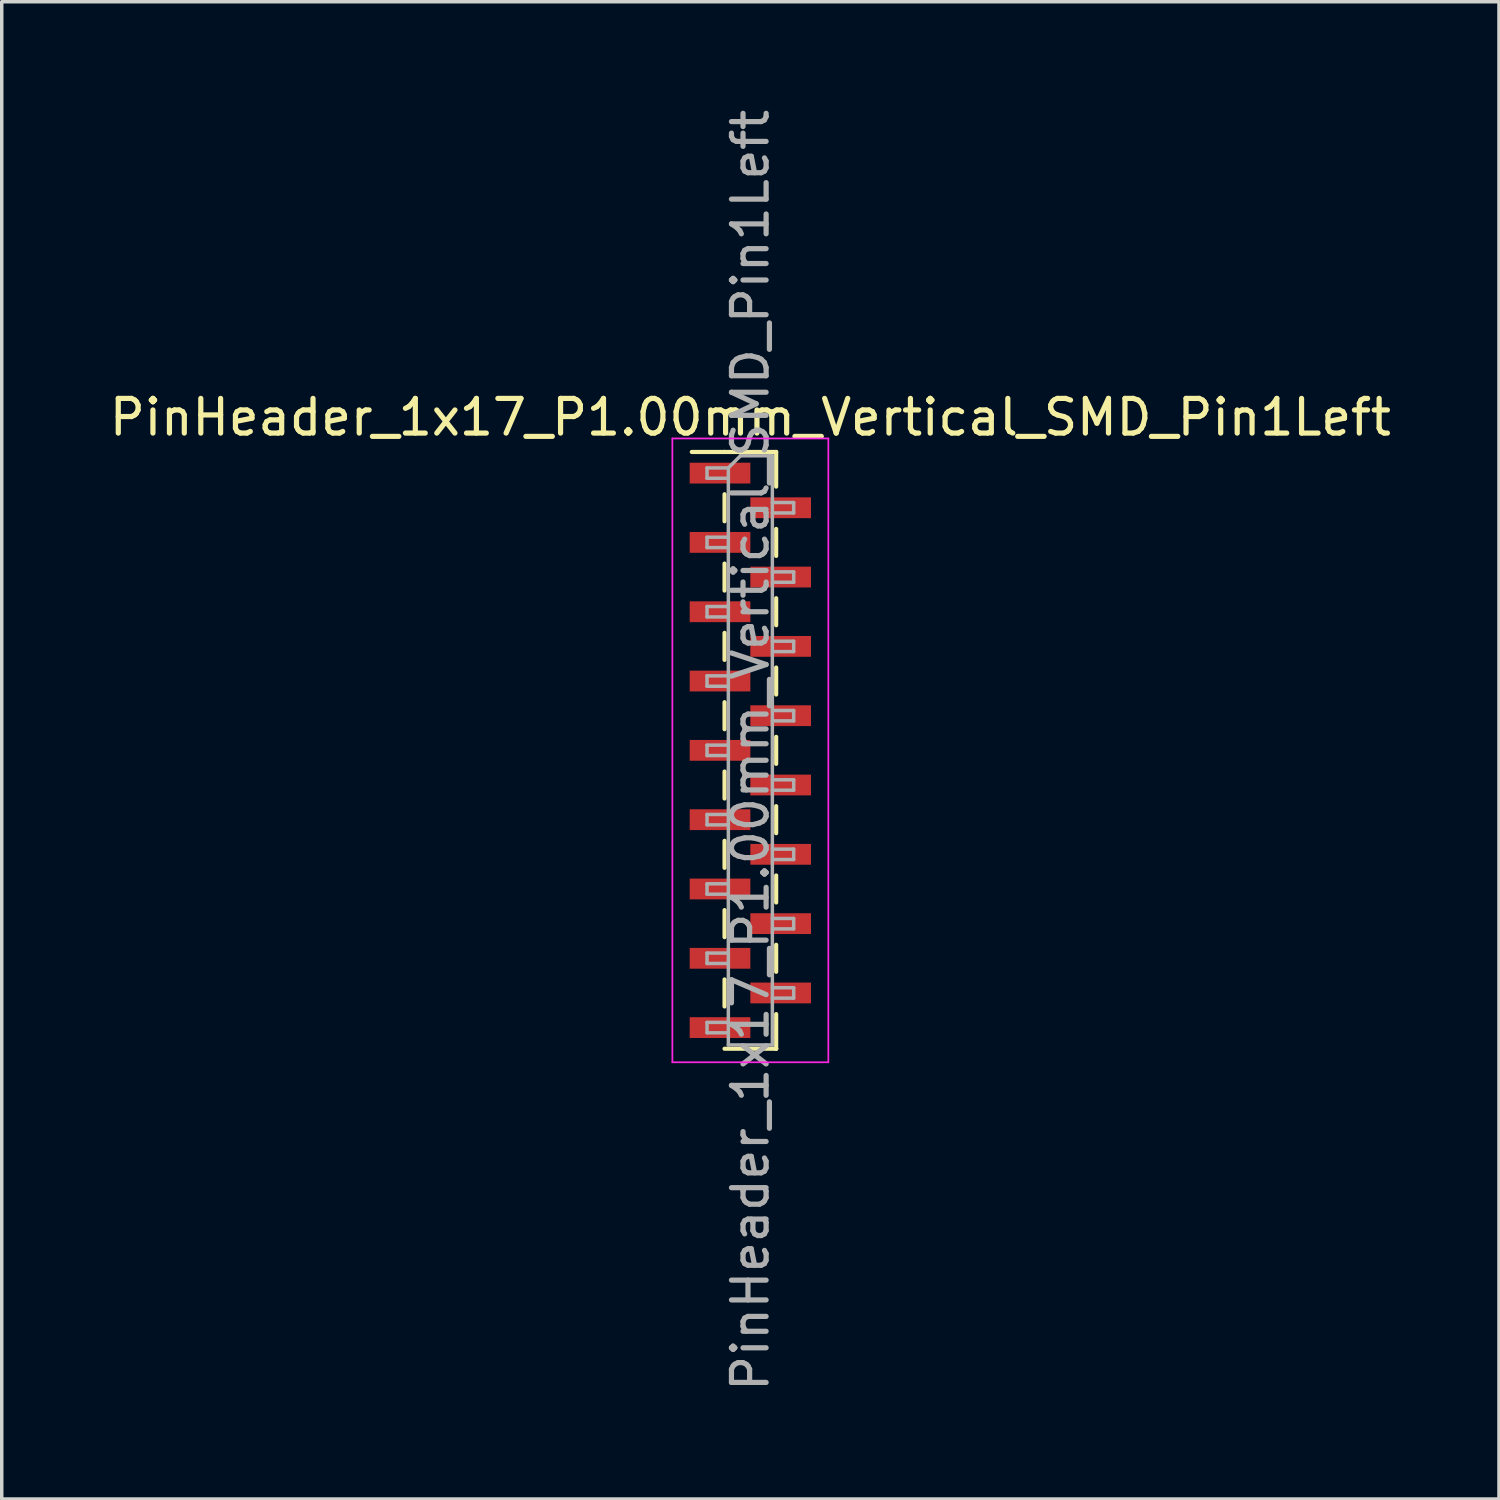
<source format=kicad_pcb>
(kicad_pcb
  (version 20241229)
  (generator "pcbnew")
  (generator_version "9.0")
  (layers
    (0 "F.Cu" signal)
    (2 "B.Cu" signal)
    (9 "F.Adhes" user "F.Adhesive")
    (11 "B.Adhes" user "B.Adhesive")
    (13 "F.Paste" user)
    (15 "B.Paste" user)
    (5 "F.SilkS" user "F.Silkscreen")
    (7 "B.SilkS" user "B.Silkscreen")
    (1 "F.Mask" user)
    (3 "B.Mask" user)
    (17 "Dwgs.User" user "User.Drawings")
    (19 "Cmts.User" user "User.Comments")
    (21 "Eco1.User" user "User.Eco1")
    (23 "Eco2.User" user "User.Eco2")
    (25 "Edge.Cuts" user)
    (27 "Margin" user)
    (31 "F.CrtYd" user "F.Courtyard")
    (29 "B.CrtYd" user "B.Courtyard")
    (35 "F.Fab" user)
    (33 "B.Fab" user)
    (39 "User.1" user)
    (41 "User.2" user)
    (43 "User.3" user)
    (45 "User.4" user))
  (footprint "PinHeader_1x17_P1.00mm_Vertical_SMD_Pin1Left"
    (layer "F.Cu")
    (at 18.601 18.601)
    (property "Reference" "PinHeader_1x17_P1.00mm_Vertical_SMD_Pin1Left" (at 0 -9.61 0) (layer "F.SilkS") (effects (font (size 1 1) (thickness 0.15))))
    (attr smd)
    (fp_line (start -0.745 -8.61) (end -1.69 -8.61) (stroke (width 0.12) (type solid)) (layer "F.SilkS"))
    (fp_line (start -0.745 -8.61) (end -0.745 -8.61) (stroke (width 0.12) (type solid)) (layer "F.SilkS"))
    (fp_line (start -0.745 -8.61) (end 0.745 -8.61) (stroke (width 0.12) (type solid)) (layer "F.SilkS"))
    (fp_line (start -0.745 -7.39) (end -0.745 -6.61) (stroke (width 0.12) (type solid)) (layer "F.SilkS"))
    (fp_line (start -0.745 -5.39) (end -0.745 -4.61) (stroke (width 0.12) (type solid)) (layer "F.SilkS"))
    (fp_line (start -0.745 -3.39) (end -0.745 -2.61) (stroke (width 0.12) (type solid)) (layer "F.SilkS"))
    (fp_line (start -0.745 -1.39) (end -0.745 -0.61) (stroke (width 0.12) (type solid)) (layer "F.SilkS"))
    (fp_line (start -0.745 0.61) (end -0.745 1.39) (stroke (width 0.12) (type solid)) (layer "F.SilkS"))
    (fp_line (start -0.745 2.61) (end -0.745 3.39) (stroke (width 0.12) (type solid)) (layer "F.SilkS"))
    (fp_line (start -0.745 4.61) (end -0.745 5.39) (stroke (width 0.12) (type solid)) (layer "F.SilkS"))
    (fp_line (start -0.745 6.61) (end -0.745 7.39) (stroke (width 0.12) (type solid)) (layer "F.SilkS"))
    (fp_line (start -0.745 8.61) (end 0.745 8.61) (stroke (width 0.12) (type solid)) (layer "F.SilkS"))
    (fp_line (start 0.745 -8.61) (end 0.745 -7.61) (stroke (width 0.12) (type solid)) (layer "F.SilkS"))
    (fp_line (start 0.745 -6.39) (end 0.745 -5.61) (stroke (width 0.12) (type solid)) (layer "F.SilkS"))
    (fp_line (start 0.745 -4.39) (end 0.745 -3.61) (stroke (width 0.12) (type solid)) (layer "F.SilkS"))
    (fp_line (start 0.745 -2.39) (end 0.745 -1.61) (stroke (width 0.12) (type solid)) (layer "F.SilkS"))
    (fp_line (start 0.745 -0.39) (end 0.745 0.39) (stroke (width 0.12) (type solid)) (layer "F.SilkS"))
    (fp_line (start 0.745 1.61) (end 0.745 2.39) (stroke (width 0.12) (type solid)) (layer "F.SilkS"))
    (fp_line (start 0.745 3.61) (end 0.745 4.39) (stroke (width 0.12) (type solid)) (layer "F.SilkS"))
    (fp_line (start 0.745 5.61) (end 0.745 6.39) (stroke (width 0.12) (type solid)) (layer "F.SilkS"))
    (fp_line (start 0.745 7.61) (end 0.745 8.61) (stroke (width 0.12) (type solid)) (layer "F.SilkS"))
    (fp_line (start 0.745 8.61) (end 0.745 8.61) (stroke (width 0.12) (type solid)) (layer "F.SilkS"))
    (fp_line (start -2.25 -9) (end -2.25 9) (stroke (width 0.05) (type solid)) (layer "F.CrtYd"))
    (fp_line (start -2.25 9) (end 2.25 9) (stroke (width 0.05) (type solid)) (layer "F.CrtYd"))
    (fp_line (start 2.25 -9) (end -2.25 -9) (stroke (width 0.05) (type solid)) (layer "F.CrtYd"))
    (fp_line (start 2.25 9) (end 2.25 -9) (stroke (width 0.05) (type solid)) (layer "F.CrtYd"))
    (fp_line (start -1.25 -8.15) (end -1.25 -7.85) (stroke (width 0.1) (type solid)) (layer "F.Fab"))
    (fp_line (start -1.25 -7.85) (end -0.635 -7.85) (stroke (width 0.1) (type solid)) (layer "F.Fab"))
    (fp_line (start -1.25 -6.15) (end -1.25 -5.85) (stroke (width 0.1) (type solid)) (layer "F.Fab"))
    (fp_line (start -1.25 -5.85) (end -0.635 -5.85) (stroke (width 0.1) (type solid)) (layer "F.Fab"))
    (fp_line (start -1.25 -4.15) (end -1.25 -3.85) (stroke (width 0.1) (type solid)) (layer "F.Fab"))
    (fp_line (start -1.25 -3.85) (end -0.635 -3.85) (stroke (width 0.1) (type solid)) (layer "F.Fab"))
    (fp_line (start -1.25 -2.15) (end -1.25 -1.85) (stroke (width 0.1) (type solid)) (layer "F.Fab"))
    (fp_line (start -1.25 -1.85) (end -0.635 -1.85) (stroke (width 0.1) (type solid)) (layer "F.Fab"))
    (fp_line (start -1.25 -0.15) (end -1.25 0.15) (stroke (width 0.1) (type solid)) (layer "F.Fab"))
    (fp_line (start -1.25 0.15) (end -0.635 0.15) (stroke (width 0.1) (type solid)) (layer "F.Fab"))
    (fp_line (start -1.25 1.85) (end -1.25 2.15) (stroke (width 0.1) (type solid)) (layer "F.Fab"))
    (fp_line (start -1.25 2.15) (end -0.635 2.15) (stroke (width 0.1) (type solid)) (layer "F.Fab"))
    (fp_line (start -1.25 3.85) (end -1.25 4.15) (stroke (width 0.1) (type solid)) (layer "F.Fab"))
    (fp_line (start -1.25 4.15) (end -0.635 4.15) (stroke (width 0.1) (type solid)) (layer "F.Fab"))
    (fp_line (start -1.25 5.85) (end -1.25 6.15) (stroke (width 0.1) (type solid)) (layer "F.Fab"))
    (fp_line (start -1.25 6.15) (end -0.635 6.15) (stroke (width 0.1) (type solid)) (layer "F.Fab"))
    (fp_line (start -1.25 7.85) (end -1.25 8.15) (stroke (width 0.1) (type solid)) (layer "F.Fab"))
    (fp_line (start -1.25 8.15) (end -0.635 8.15) (stroke (width 0.1) (type solid)) (layer "F.Fab"))
    (fp_line (start -0.635 -8.15) (end -1.25 -8.15) (stroke (width 0.1) (type solid)) (layer "F.Fab"))
    (fp_line (start -0.635 -8.15) (end -0.285 -8.5) (stroke (width 0.1) (type solid)) (layer "F.Fab"))
    (fp_line (start -0.635 -6.15) (end -1.25 -6.15) (stroke (width 0.1) (type solid)) (layer "F.Fab"))
    (fp_line (start -0.635 -4.15) (end -1.25 -4.15) (stroke (width 0.1) (type solid)) (layer "F.Fab"))
    (fp_line (start -0.635 -2.15) (end -1.25 -2.15) (stroke (width 0.1) (type solid)) (layer "F.Fab"))
    (fp_line (start -0.635 -0.15) (end -1.25 -0.15) (stroke (width 0.1) (type solid)) (layer "F.Fab"))
    (fp_line (start -0.635 1.85) (end -1.25 1.85) (stroke (width 0.1) (type solid)) (layer "F.Fab"))
    (fp_line (start -0.635 3.85) (end -1.25 3.85) (stroke (width 0.1) (type solid)) (layer "F.Fab"))
    (fp_line (start -0.635 5.85) (end -1.25 5.85) (stroke (width 0.1) (type solid)) (layer "F.Fab"))
    (fp_line (start -0.635 7.85) (end -1.25 7.85) (stroke (width 0.1) (type solid)) (layer "F.Fab"))
    (fp_line (start -0.635 8.5) (end -0.635 -8.15) (stroke (width 0.1) (type solid)) (layer "F.Fab"))
    (fp_line (start -0.285 -8.5) (end 0.635 -8.5) (stroke (width 0.1) (type solid)) (layer "F.Fab"))
    (fp_line (start 0.635 -8.5) (end 0.635 8.5) (stroke (width 0.1) (type solid)) (layer "F.Fab"))
    (fp_line (start 0.635 -7.15) (end 1.25 -7.15) (stroke (width 0.1) (type solid)) (layer "F.Fab"))
    (fp_line (start 0.635 -5.15) (end 1.25 -5.15) (stroke (width 0.1) (type solid)) (layer "F.Fab"))
    (fp_line (start 0.635 -3.15) (end 1.25 -3.15) (stroke (width 0.1) (type solid)) (layer "F.Fab"))
    (fp_line (start 0.635 -1.15) (end 1.25 -1.15) (stroke (width 0.1) (type solid)) (layer "F.Fab"))
    (fp_line (start 0.635 0.85) (end 1.25 0.85) (stroke (width 0.1) (type solid)) (layer "F.Fab"))
    (fp_line (start 0.635 2.85) (end 1.25 2.85) (stroke (width 0.1) (type solid)) (layer "F.Fab"))
    (fp_line (start 0.635 4.85) (end 1.25 4.85) (stroke (width 0.1) (type solid)) (layer "F.Fab"))
    (fp_line (start 0.635 6.85) (end 1.25 6.85) (stroke (width 0.1) (type solid)) (layer "F.Fab"))
    (fp_line (start 0.635 8.5) (end -0.635 8.5) (stroke (width 0.1) (type solid)) (layer "F.Fab"))
    (fp_line (start 1.25 -7.15) (end 1.25 -6.85) (stroke (width 0.1) (type solid)) (layer "F.Fab"))
    (fp_line (start 1.25 -6.85) (end 0.635 -6.85) (stroke (width 0.1) (type solid)) (layer "F.Fab"))
    (fp_line (start 1.25 -5.15) (end 1.25 -4.85) (stroke (width 0.1) (type solid)) (layer "F.Fab"))
    (fp_line (start 1.25 -4.85) (end 0.635 -4.85) (stroke (width 0.1) (type solid)) (layer "F.Fab"))
    (fp_line (start 1.25 -3.15) (end 1.25 -2.85) (stroke (width 0.1) (type solid)) (layer "F.Fab"))
    (fp_line (start 1.25 -2.85) (end 0.635 -2.85) (stroke (width 0.1) (type solid)) (layer "F.Fab"))
    (fp_line (start 1.25 -1.15) (end 1.25 -0.85) (stroke (width 0.1) (type solid)) (layer "F.Fab"))
    (fp_line (start 1.25 -0.85) (end 0.635 -0.85) (stroke (width 0.1) (type solid)) (layer "F.Fab"))
    (fp_line (start 1.25 0.85) (end 1.25 1.15) (stroke (width 0.1) (type solid)) (layer "F.Fab"))
    (fp_line (start 1.25 1.15) (end 0.635 1.15) (stroke (width 0.1) (type solid)) (layer "F.Fab"))
    (fp_line (start 1.25 2.85) (end 1.25 3.15) (stroke (width 0.1) (type solid)) (layer "F.Fab"))
    (fp_line (start 1.25 3.15) (end 0.635 3.15) (stroke (width 0.1) (type solid)) (layer "F.Fab"))
    (fp_line (start 1.25 4.85) (end 1.25 5.15) (stroke (width 0.1) (type solid)) (layer "F.Fab"))
    (fp_line (start 1.25 5.15) (end 0.635 5.15) (stroke (width 0.1) (type solid)) (layer "F.Fab"))
    (fp_line (start 1.25 6.85) (end 1.25 7.15) (stroke (width 0.1) (type solid)) (layer "F.Fab"))
    (fp_line (start 1.25 7.15) (end 0.635 7.15) (stroke (width 0.1) (type solid)) (layer "F.Fab"))
    (fp_text user "${REFERENCE}" (at 0 0 90) (layer "F.Fab") (effects (font (size 1 1) (thickness 0.15))))
    (pad "1" smd rect (at -0.875 -8) (size 1.75 0.6) (layers "F.Cu" "F.Mask" "F.Paste"))
    (pad "2" smd rect (at 0.875 -7) (size 1.75 0.6) (layers "F.Cu" "F.Mask" "F.Paste"))
    (pad "3" smd rect (at -0.875 -6) (size 1.75 0.6) (layers "F.Cu" "F.Mask" "F.Paste"))
    (pad "4" smd rect (at 0.875 -5) (size 1.75 0.6) (layers "F.Cu" "F.Mask" "F.Paste"))
    (pad "5" smd rect (at -0.875 -4) (size 1.75 0.6) (layers "F.Cu" "F.Mask" "F.Paste"))
    (pad "6" smd rect (at 0.875 -3) (size 1.75 0.6) (layers "F.Cu" "F.Mask" "F.Paste"))
    (pad "7" smd rect (at -0.875 -2) (size 1.75 0.6) (layers "F.Cu" "F.Mask" "F.Paste"))
    (pad "8" smd rect (at 0.875 -1) (size 1.75 0.6) (layers "F.Cu" "F.Mask" "F.Paste"))
    (pad "9" smd rect (at -0.875 0) (size 1.75 0.6) (layers "F.Cu" "F.Mask" "F.Paste"))
    (pad "10" smd rect (at 0.875 1) (size 1.75 0.6) (layers "F.Cu" "F.Mask" "F.Paste"))
    (pad "11" smd rect (at -0.875 2) (size 1.75 0.6) (layers "F.Cu" "F.Mask" "F.Paste"))
    (pad "12" smd rect (at 0.875 3) (size 1.75 0.6) (layers "F.Cu" "F.Mask" "F.Paste"))
    (pad "13" smd rect (at -0.875 4) (size 1.75 0.6) (layers "F.Cu" "F.Mask" "F.Paste"))
    (pad "14" smd rect (at 0.875 5) (size 1.75 0.6) (layers "F.Cu" "F.Mask" "F.Paste"))
    (pad "15" smd rect (at -0.875 6) (size 1.75 0.6) (layers "F.Cu" "F.Mask" "F.Paste"))
    (pad "16" smd rect (at 0.875 7) (size 1.75 0.6) (layers "F.Cu" "F.Mask" "F.Paste"))
    (pad "17" smd rect (at -0.875 8) (size 1.75 0.6) (layers "F.Cu" "F.Mask" "F.Paste")))
  (gr_rect
    (start -3 -3)
    (end 40.202 40.202)
    (stroke (width 0.1) (type default))
    (fill no)
    (layer "Edge.Cuts")))
</source>
